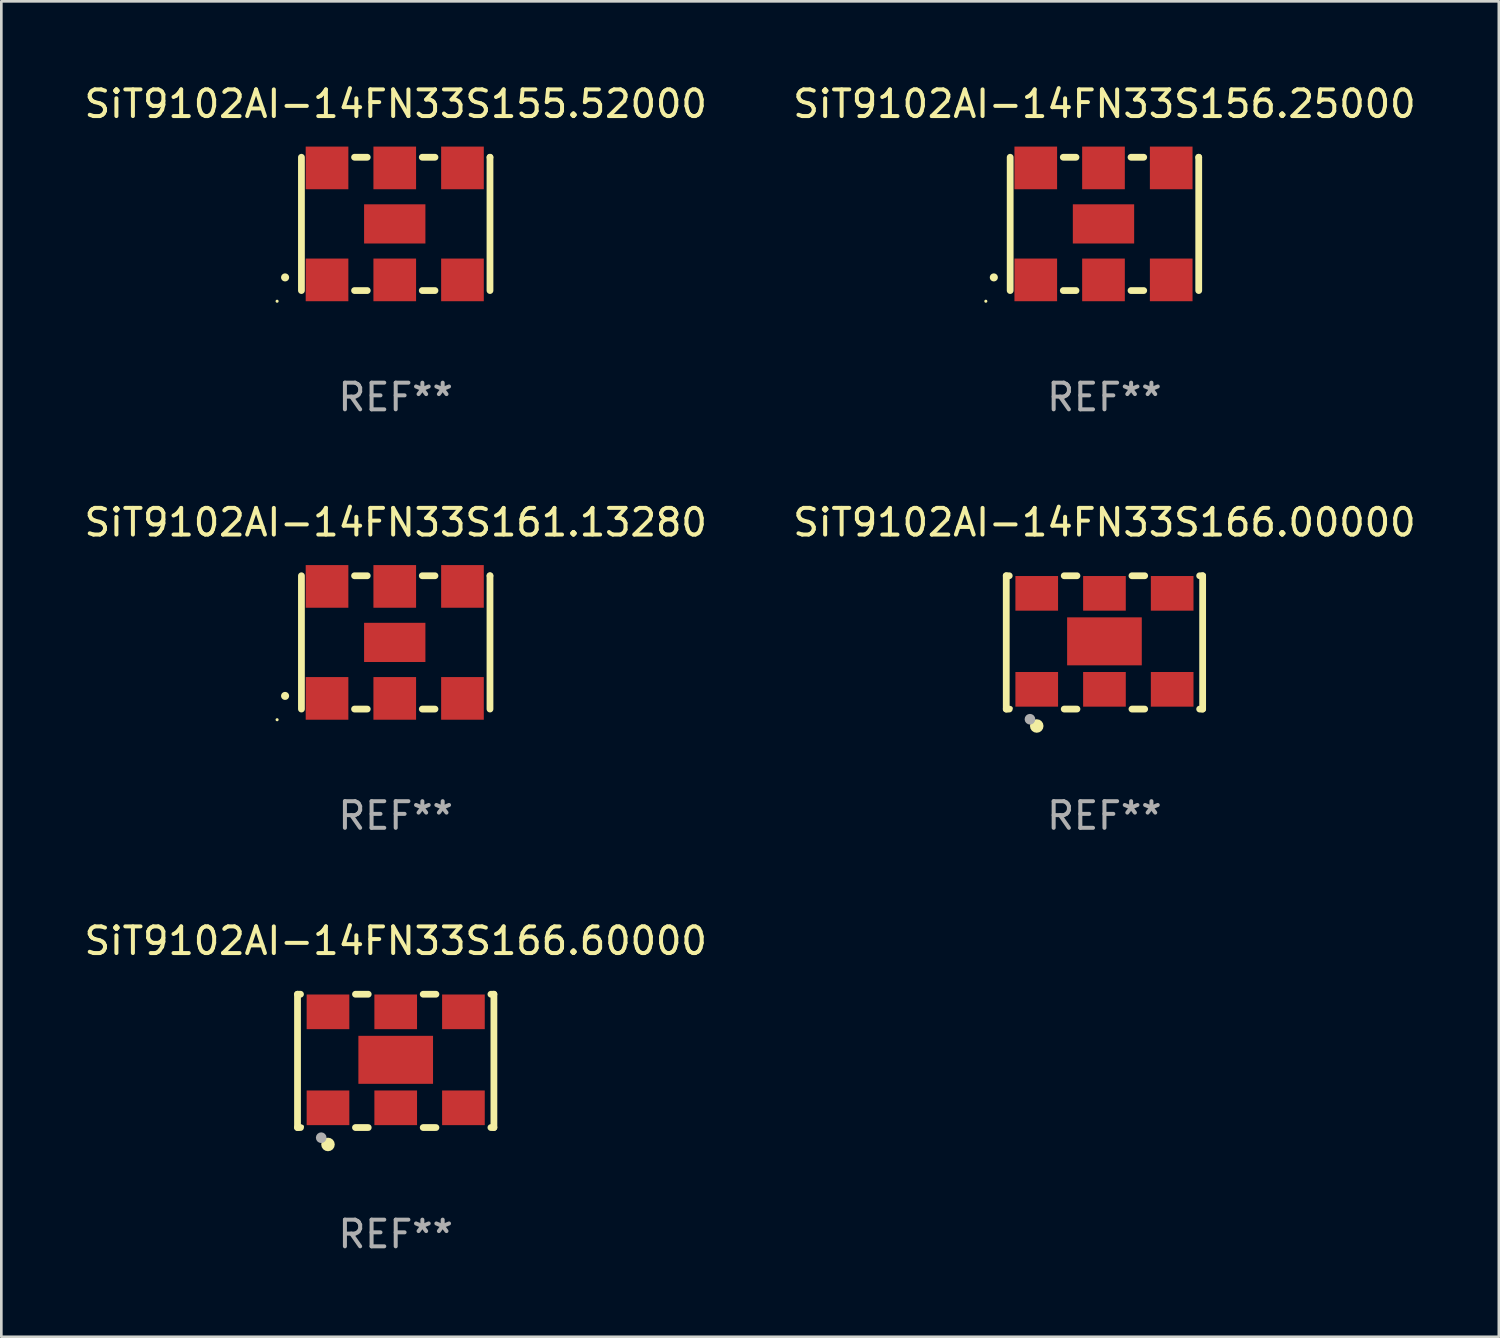
<source format=kicad_pcb>
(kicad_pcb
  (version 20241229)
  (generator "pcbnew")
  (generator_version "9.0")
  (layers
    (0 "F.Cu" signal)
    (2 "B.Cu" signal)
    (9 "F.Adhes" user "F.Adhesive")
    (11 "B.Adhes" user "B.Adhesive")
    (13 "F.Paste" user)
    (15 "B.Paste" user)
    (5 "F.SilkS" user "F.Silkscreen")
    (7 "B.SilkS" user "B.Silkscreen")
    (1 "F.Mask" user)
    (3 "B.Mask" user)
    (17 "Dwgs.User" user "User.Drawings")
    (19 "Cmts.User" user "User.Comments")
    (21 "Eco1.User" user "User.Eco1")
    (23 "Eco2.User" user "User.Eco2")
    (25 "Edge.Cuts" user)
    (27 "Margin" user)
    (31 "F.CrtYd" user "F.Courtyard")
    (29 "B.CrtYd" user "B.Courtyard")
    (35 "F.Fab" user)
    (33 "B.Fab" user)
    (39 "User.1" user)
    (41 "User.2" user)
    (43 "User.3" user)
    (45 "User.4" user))
  (footprint "SiT9102AI-14FN33S155.52000"
    (layer "F.Cu")
    (at 11.792 5.348)
    (property "Reference" "SiT9102AI-14FN33S155.52000" (at 0 -4.5 0) (layer "F.SilkS") (effects (font (size 1 1) (thickness 0.15))))
    (attr through_hole)
    (fp_line (start -3.536 -2.5) (end -3.536 2.5) (stroke (width 0.254) (type solid)) (layer "F.SilkS"))
    (fp_line (start -1.544 2.5) (end -1.067 2.5) (stroke (width 0.254) (type solid)) (layer "F.SilkS"))
    (fp_line (start -1.067 -2.5) (end -1.544 -2.5) (stroke (width 0.254) (type solid)) (layer "F.SilkS"))
    (fp_line (start 0.996 2.5) (end 1.473 2.5) (stroke (width 0.254) (type solid)) (layer "F.SilkS"))
    (fp_line (start 1.473 -2.5) (end 0.996 -2.5) (stroke (width 0.254) (type solid)) (layer "F.SilkS"))
    (fp_line (start 3.536 -2.5) (end 3.536 -2.5) (stroke (width 0.254) (type solid)) (layer "F.SilkS"))
    (fp_line (start 3.536 2.5) (end 3.536 -2.5) (stroke (width 0.254) (type solid)) (layer "F.SilkS"))
    (fp_arc (start -4.150432 2.006604) (mid -4.149162 2.006599) (end -4.147892 2.006604) (stroke (width 0.3) (type solid)) (layer "F.SilkS"))
    (fp_circle (center -4.449 2.9) (end -4.419 2.9) (stroke (width 0.06) (type solid)) (fill no) (layer "F.SilkS"))
    (fp_text user "REF**" (at 0 6.5 0) (layer "F.Fab") (effects (font (size 1 1) (thickness 0.15))))
    (pad "1" smd rect (at -2.576 2.1) (size 1.6 1.6) (layers "F.Cu" "F.Mask" "F.Paste"))
    (pad "2" smd rect (at -0.036 2.1) (size 1.6 1.6) (layers "F.Cu" "F.Mask" "F.Paste"))
    (pad "3" smd rect (at 2.504 2.1) (size 1.6 1.6) (layers "F.Cu" "F.Mask" "F.Paste"))
    (pad "4" smd rect (at 2.504 -2.1) (size 1.6 1.6) (layers "F.Cu" "F.Mask" "F.Paste"))
    (pad "5" smd rect (at -0.036 -2.1) (size 1.6 1.6) (layers "F.Cu" "F.Mask" "F.Paste"))
    (pad "6" smd rect (at -2.576 -2.1) (size 1.6 1.6) (layers "F.Cu" "F.Mask" "F.Paste"))
    (pad "7" smd rect (at -0.036 0) (size 2.3 1.47) (layers "F.Cu" "F.Mask" "F.Paste")))
  (footprint "SiT9102AI-14FN33S166.00000"
    (layer "F.Cu")
    (at 38.375 21.045)
    (property "Reference" "SiT9102AI-14FN33S166.00000" (at 0 -4.5 0) (layer "F.SilkS") (effects (font (size 1 1) (thickness 0.15))))
    (attr through_hole)
    (fp_line (start -3.683 -2.5) (end -3.571 -2.5) (stroke (width 0.254) (type solid)) (layer "F.SilkS"))
    (fp_line (start -3.683 2.5) (end -3.683 -2.5) (stroke (width 0.254) (type solid)) (layer "F.SilkS"))
    (fp_line (start -3.683 2.5) (end -3.571 2.5) (stroke (width 0.254) (type solid)) (layer "F.SilkS"))
    (fp_line (start -1.509 -2.5) (end -1.031 -2.5) (stroke (width 0.254) (type solid)) (layer "F.SilkS"))
    (fp_line (start -1.509 2.5) (end -1.031 2.5) (stroke (width 0.254) (type solid)) (layer "F.SilkS"))
    (fp_line (start 1.031 -2.5) (end 1.509 -2.5) (stroke (width 0.254) (type solid)) (layer "F.SilkS"))
    (fp_line (start 1.031 2.5) (end 1.509 2.5) (stroke (width 0.254) (type solid)) (layer "F.SilkS"))
    (fp_line (start 3.571 -2.5) (end 3.683 -2.5) (stroke (width 0.254) (type solid)) (layer "F.SilkS"))
    (fp_line (start 3.571 2.5) (end 3.683 2.5) (stroke (width 0.254) (type solid)) (layer "F.SilkS"))
    (fp_line (start 3.683 2.5) (end 3.683 -2.5) (stroke (width 0.254) (type solid)) (layer "F.SilkS"))
    (fp_circle (center -3.5 2.46) (end -3.47 2.46) (stroke (width 0.06) (type solid)) (fill no) (layer "F.SilkS"))
    (fp_circle (center -2.54 3.135) (end -2.413 3.135) (stroke (width 0.254) (type solid)) (fill no) (layer "F.SilkS"))
    (fp_circle (center -2.794 2.881) (end -2.694 2.881) (stroke (width 0.2) (type solid)) (fill no) (layer "F.Fab"))
    (fp_text user "REF**" (at 0 6.5 0) (layer "F.Fab") (effects (font (size 1 1) (thickness 0.15))))
    (pad "1" smd rect (at -2.54 1.76) (size 1.6 1.3) (layers "F.Cu" "F.Mask" "F.Paste"))
    (pad "2" smd rect (at 0 1.76) (size 1.6 1.3) (layers "F.Cu" "F.Mask" "F.Paste"))
    (pad "3" smd rect (at 2.54 1.76) (size 1.6 1.3) (layers "F.Cu" "F.Mask" "F.Paste"))
    (pad "4" smd rect (at 2.54 -1.84) (size 1.6 1.3) (layers "F.Cu" "F.Mask" "F.Paste"))
    (pad "5" smd rect (at 0 -1.84) (size 1.6 1.3) (layers "F.Cu" "F.Mask" "F.Paste"))
    (pad "6" smd rect (at -2.54 -1.84) (size 1.6 1.3) (layers "F.Cu" "F.Mask" "F.Paste"))
    (pad "7" smd rect (at 0 -0.04) (size 2.8 1.8) (layers "F.Cu" "F.Mask" "F.Paste")))
  (footprint "SiT9102AI-14FN33S166.60000"
    (layer "F.Cu")
    (at 11.792 36.741)
    (property "Reference" "SiT9102AI-14FN33S166.60000" (at 0 -4.5 0) (layer "F.SilkS") (effects (font (size 1 1) (thickness 0.15))))
    (attr through_hole)
    (fp_line (start -3.683 -2.5) (end -3.571 -2.5) (stroke (width 0.254) (type solid)) (layer "F.SilkS"))
    (fp_line (start -3.683 2.5) (end -3.683 -2.5) (stroke (width 0.254) (type solid)) (layer "F.SilkS"))
    (fp_line (start -3.683 2.5) (end -3.571 2.5) (stroke (width 0.254) (type solid)) (layer "F.SilkS"))
    (fp_line (start -1.509 -2.5) (end -1.031 -2.5) (stroke (width 0.254) (type solid)) (layer "F.SilkS"))
    (fp_line (start -1.509 2.5) (end -1.031 2.5) (stroke (width 0.254) (type solid)) (layer "F.SilkS"))
    (fp_line (start 1.031 -2.5) (end 1.509 -2.5) (stroke (width 0.254) (type solid)) (layer "F.SilkS"))
    (fp_line (start 1.031 2.5) (end 1.509 2.5) (stroke (width 0.254) (type solid)) (layer "F.SilkS"))
    (fp_line (start 3.571 -2.5) (end 3.683 -2.5) (stroke (width 0.254) (type solid)) (layer "F.SilkS"))
    (fp_line (start 3.571 2.5) (end 3.683 2.5) (stroke (width 0.254) (type solid)) (layer "F.SilkS"))
    (fp_line (start 3.683 2.5) (end 3.683 -2.5) (stroke (width 0.254) (type solid)) (layer "F.SilkS"))
    (fp_circle (center -3.5 2.46) (end -3.47 2.46) (stroke (width 0.06) (type solid)) (fill no) (layer "F.SilkS"))
    (fp_circle (center -2.54 3.135) (end -2.413 3.135) (stroke (width 0.254) (type solid)) (fill no) (layer "F.SilkS"))
    (fp_circle (center -2.794 2.881) (end -2.694 2.881) (stroke (width 0.2) (type solid)) (fill no) (layer "F.Fab"))
    (fp_text user "REF**" (at 0 6.5 0) (layer "F.Fab") (effects (font (size 1 1) (thickness 0.15))))
    (pad "1" smd rect (at -2.54 1.76) (size 1.6 1.3) (layers "F.Cu" "F.Mask" "F.Paste"))
    (pad "2" smd rect (at 0 1.76) (size 1.6 1.3) (layers "F.Cu" "F.Mask" "F.Paste"))
    (pad "3" smd rect (at 2.54 1.76) (size 1.6 1.3) (layers "F.Cu" "F.Mask" "F.Paste"))
    (pad "4" smd rect (at 2.54 -1.84) (size 1.6 1.3) (layers "F.Cu" "F.Mask" "F.Paste"))
    (pad "5" smd rect (at 0 -1.84) (size 1.6 1.3) (layers "F.Cu" "F.Mask" "F.Paste"))
    (pad "6" smd rect (at -2.54 -1.84) (size 1.6 1.3) (layers "F.Cu" "F.Mask" "F.Paste"))
    (pad "7" smd rect (at 0 -0.04) (size 2.8 1.8) (layers "F.Cu" "F.Mask" "F.Paste")))
  (footprint "SiT9102AI-14FN33S156.25000"
    (layer "F.Cu")
    (at 38.375 5.348)
    (property "Reference" "SiT9102AI-14FN33S156.25000" (at 0 -4.5 0) (layer "F.SilkS") (effects (font (size 1 1) (thickness 0.15))))
    (attr through_hole)
    (fp_line (start -3.536 -2.5) (end -3.536 2.5) (stroke (width 0.254) (type solid)) (layer "F.SilkS"))
    (fp_line (start -1.544 2.5) (end -1.067 2.5) (stroke (width 0.254) (type solid)) (layer "F.SilkS"))
    (fp_line (start -1.067 -2.5) (end -1.544 -2.5) (stroke (width 0.254) (type solid)) (layer "F.SilkS"))
    (fp_line (start 0.996 2.5) (end 1.473 2.5) (stroke (width 0.254) (type solid)) (layer "F.SilkS"))
    (fp_line (start 1.473 -2.5) (end 0.996 -2.5) (stroke (width 0.254) (type solid)) (layer "F.SilkS"))
    (fp_line (start 3.536 -2.5) (end 3.536 -2.5) (stroke (width 0.254) (type solid)) (layer "F.SilkS"))
    (fp_line (start 3.536 2.5) (end 3.536 -2.5) (stroke (width 0.254) (type solid)) (layer "F.SilkS"))
    (fp_arc (start -4.150432 2.006604) (mid -4.149162 2.006599) (end -4.147892 2.006604) (stroke (width 0.3) (type solid)) (layer "F.SilkS"))
    (fp_circle (center -4.449 2.9) (end -4.419 2.9) (stroke (width 0.06) (type solid)) (fill no) (layer "F.SilkS"))
    (fp_text user "REF**" (at 0 6.5 0) (layer "F.Fab") (effects (font (size 1 1) (thickness 0.15))))
    (pad "1" smd rect (at -2.576 2.1) (size 1.6 1.6) (layers "F.Cu" "F.Mask" "F.Paste"))
    (pad "2" smd rect (at -0.036 2.1) (size 1.6 1.6) (layers "F.Cu" "F.Mask" "F.Paste"))
    (pad "3" smd rect (at 2.504 2.1) (size 1.6 1.6) (layers "F.Cu" "F.Mask" "F.Paste"))
    (pad "4" smd rect (at 2.504 -2.1) (size 1.6 1.6) (layers "F.Cu" "F.Mask" "F.Paste"))
    (pad "5" smd rect (at -0.036 -2.1) (size 1.6 1.6) (layers "F.Cu" "F.Mask" "F.Paste"))
    (pad "6" smd rect (at -2.576 -2.1) (size 1.6 1.6) (layers "F.Cu" "F.Mask" "F.Paste"))
    (pad "7" smd rect (at -0.036 0) (size 2.3 1.47) (layers "F.Cu" "F.Mask" "F.Paste")))
  (footprint "SiT9102AI-14FN33S161.13280"
    (layer "F.Cu")
    (at 11.792 21.045)
    (property "Reference" "SiT9102AI-14FN33S161.13280" (at 0 -4.5 0) (layer "F.SilkS") (effects (font (size 1 1) (thickness 0.15))))
    (attr through_hole)
    (fp_line (start -3.536 -2.5) (end -3.536 2.5) (stroke (width 0.254) (type solid)) (layer "F.SilkS"))
    (fp_line (start -1.544 2.5) (end -1.067 2.5) (stroke (width 0.254) (type solid)) (layer "F.SilkS"))
    (fp_line (start -1.067 -2.5) (end -1.544 -2.5) (stroke (width 0.254) (type solid)) (layer "F.SilkS"))
    (fp_line (start 0.996 2.5) (end 1.473 2.5) (stroke (width 0.254) (type solid)) (layer "F.SilkS"))
    (fp_line (start 1.473 -2.5) (end 0.996 -2.5) (stroke (width 0.254) (type solid)) (layer "F.SilkS"))
    (fp_line (start 3.536 -2.5) (end 3.536 -2.5) (stroke (width 0.254) (type solid)) (layer "F.SilkS"))
    (fp_line (start 3.536 2.5) (end 3.536 -2.5) (stroke (width 0.254) (type solid)) (layer "F.SilkS"))
    (fp_arc (start -4.150432 2.006604) (mid -4.149162 2.006599) (end -4.147892 2.006604) (stroke (width 0.3) (type solid)) (layer "F.SilkS"))
    (fp_circle (center -4.449 2.9) (end -4.419 2.9) (stroke (width 0.06) (type solid)) (fill no) (layer "F.SilkS"))
    (fp_text user "REF**" (at 0 6.5 0) (layer "F.Fab") (effects (font (size 1 1) (thickness 0.15))))
    (pad "1" smd rect (at -2.576 2.1) (size 1.6 1.6) (layers "F.Cu" "F.Mask" "F.Paste"))
    (pad "2" smd rect (at -0.036 2.1) (size 1.6 1.6) (layers "F.Cu" "F.Mask" "F.Paste"))
    (pad "3" smd rect (at 2.504 2.1) (size 1.6 1.6) (layers "F.Cu" "F.Mask" "F.Paste"))
    (pad "4" smd rect (at 2.504 -2.1) (size 1.6 1.6) (layers "F.Cu" "F.Mask" "F.Paste"))
    (pad "5" smd rect (at -0.036 -2.1) (size 1.6 1.6) (layers "F.Cu" "F.Mask" "F.Paste"))
    (pad "6" smd rect (at -2.576 -2.1) (size 1.6 1.6) (layers "F.Cu" "F.Mask" "F.Paste"))
    (pad "7" smd rect (at -0.036 0) (size 2.3 1.47) (layers "F.Cu" "F.Mask" "F.Paste")))
  (gr_rect
    (start -3 -3)
    (end 53.167 47.09)
    (stroke (width 0.1) (type default))
    (fill no)
    (layer "Edge.Cuts")))
</source>
